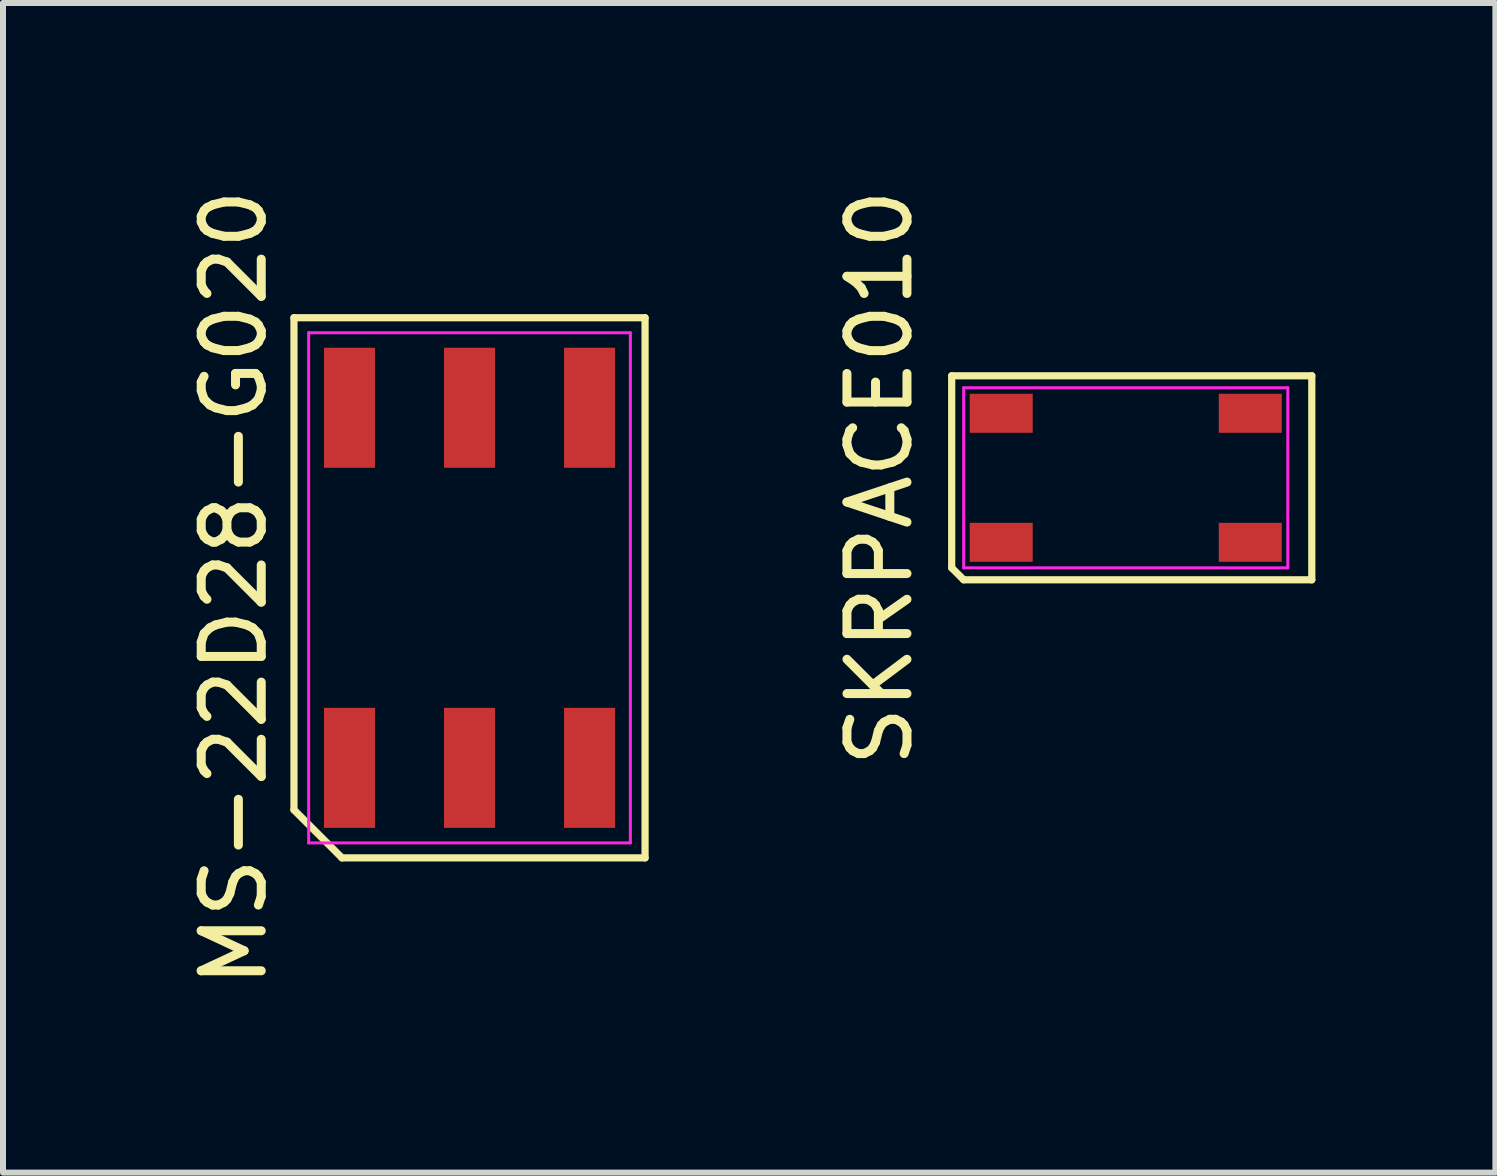
<source format=kicad_pcb>
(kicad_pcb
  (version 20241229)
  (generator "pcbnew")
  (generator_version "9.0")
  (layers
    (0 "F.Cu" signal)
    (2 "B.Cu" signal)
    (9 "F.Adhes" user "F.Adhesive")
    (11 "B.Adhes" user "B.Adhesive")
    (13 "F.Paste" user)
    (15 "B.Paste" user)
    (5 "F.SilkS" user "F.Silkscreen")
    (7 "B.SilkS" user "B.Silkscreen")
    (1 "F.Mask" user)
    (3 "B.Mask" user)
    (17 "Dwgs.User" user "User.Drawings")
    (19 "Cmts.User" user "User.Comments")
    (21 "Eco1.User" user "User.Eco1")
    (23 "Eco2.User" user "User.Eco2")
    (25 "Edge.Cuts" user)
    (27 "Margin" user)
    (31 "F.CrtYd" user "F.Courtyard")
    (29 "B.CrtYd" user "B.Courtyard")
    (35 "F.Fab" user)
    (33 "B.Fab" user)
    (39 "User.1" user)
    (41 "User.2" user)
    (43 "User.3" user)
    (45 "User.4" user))
  (footprint "MS-22D28-G020"
    (layer "F.Cu")
    (at 4.773 6.744)
    (property "Reference" "MS-22D28-G020" (at -3.925 0 90) (layer "F.SilkS") (effects (font (size 1 1) (thickness 0.15))))
    (attr smd)
    (fp_line (start -2.925 -4.5) (end 2.925 -4.5) (stroke (width 0.12) (type default)) (layer "F.SilkS"))
    (fp_line (start -2.925 3.7) (end -2.925 -4.5) (stroke (width 0.12) (type default)) (layer "F.SilkS"))
    (fp_line (start -2.125 4.5) (end -2.925 3.7) (stroke (width 0.12) (type default)) (layer "F.SilkS"))
    (fp_line (start 2.925 -4.5) (end 2.925 4.5) (stroke (width 0.12) (type default)) (layer "F.SilkS"))
    (fp_line (start 2.925 4.5) (end -2.125 4.5) (stroke (width 0.12) (type default)) (layer "F.SilkS"))
    (fp_line (start -2.68 -4.25) (end 2.68 -4.25) (stroke (width 0.05) (type default)) (layer "F.CrtYd"))
    (fp_line (start -2.68 4.25) (end -2.68 -4.25) (stroke (width 0.05) (type default)) (layer "F.CrtYd"))
    (fp_line (start 2.68 -4.25) (end 2.68 4.25) (stroke (width 0.05) (type default)) (layer "F.CrtYd"))
    (fp_line (start 2.68 4.25) (end -2.68 4.25) (stroke (width 0.05) (type default)) (layer "F.CrtYd"))
    (pad "1" smd rect (at -2 -3) (size 0.85 2) (layers "F.Cu" "F.Mask" "F.Paste"))
    (pad "1" smd rect (at -2 3) (size 0.85 2) (layers "F.Cu" "F.Mask" "F.Paste"))
    (pad "2" smd rect (at 0 -3) (size 0.85 2) (layers "F.Cu" "F.Mask" "F.Paste"))
    (pad "2" smd rect (at 0 3) (size 0.85 2) (layers "F.Cu" "F.Mask" "F.Paste"))
    (pad "3" smd rect (at 2 -3) (size 0.85 2) (layers "F.Cu" "F.Mask" "F.Paste"))
    (pad "3" smd rect (at 2 3) (size 0.85 2) (layers "F.Cu" "F.Mask" "F.Paste")))
  (footprint "SKRPACE010"
    (layer "F.Cu")
    (at 15.707 4.911)
    (property "Reference" "SKRPACE010" (at -4.1 0 90) (layer "F.SilkS") (effects (font (size 1 1) (thickness 0.15))))
    (attr smd)
    (fp_line (start -2.9 -1.7) (end 3.1 -1.7) (stroke (width 0.12) (type default)) (layer "F.SilkS"))
    (fp_line (start -2.9 1.5) (end -2.9 -1.7) (stroke (width 0.12) (type default)) (layer "F.SilkS"))
    (fp_line (start -2.7 1.7) (end -2.9 1.5) (stroke (width 0.12) (type default)) (layer "F.SilkS"))
    (fp_line (start 3.1 -1.7) (end 3.1 1.7) (stroke (width 0.12) (type default)) (layer "F.SilkS"))
    (fp_line (start 3.1 1.7) (end -2.7 1.7) (stroke (width 0.12) (type default)) (layer "F.SilkS"))
    (fp_line (start -2.7 -1.5) (end 2.7 -1.5) (stroke (width 0.05) (type default)) (layer "F.CrtYd"))
    (fp_line (start -2.7 1.5) (end -2.7 -1.5) (stroke (width 0.05) (type default)) (layer "F.CrtYd"))
    (fp_line (start 2.7 -1.5) (end 2.7 1.5) (stroke (width 0.05) (type default)) (layer "F.CrtYd"))
    (fp_line (start 2.7 1.5) (end -2.7 1.5) (stroke (width 0.05) (type default)) (layer "F.CrtYd"))
    (pad "1" smd rect (at -2.075 1.075) (size 1.05 0.65) (layers "F.Cu" "F.Mask" "F.Paste"))
    (pad "1" smd rect (at 2.075 1.075) (size 1.05 0.65) (layers "F.Cu" "F.Mask" "F.Paste"))
    (pad "2" smd rect (at -2.075 -1.075) (size 1.05 0.65) (layers "F.Cu" "F.Mask" "F.Paste"))
    (pad "2" smd rect (at 2.075 -1.075) (size 1.05 0.65) (layers "F.Cu" "F.Mask" "F.Paste")))
  (gr_rect
    (start -3 -3)
    (end 21.866 16.488)
    (stroke (width 0.1) (type default))
    (fill no)
    (layer "Edge.Cuts")))
</source>
